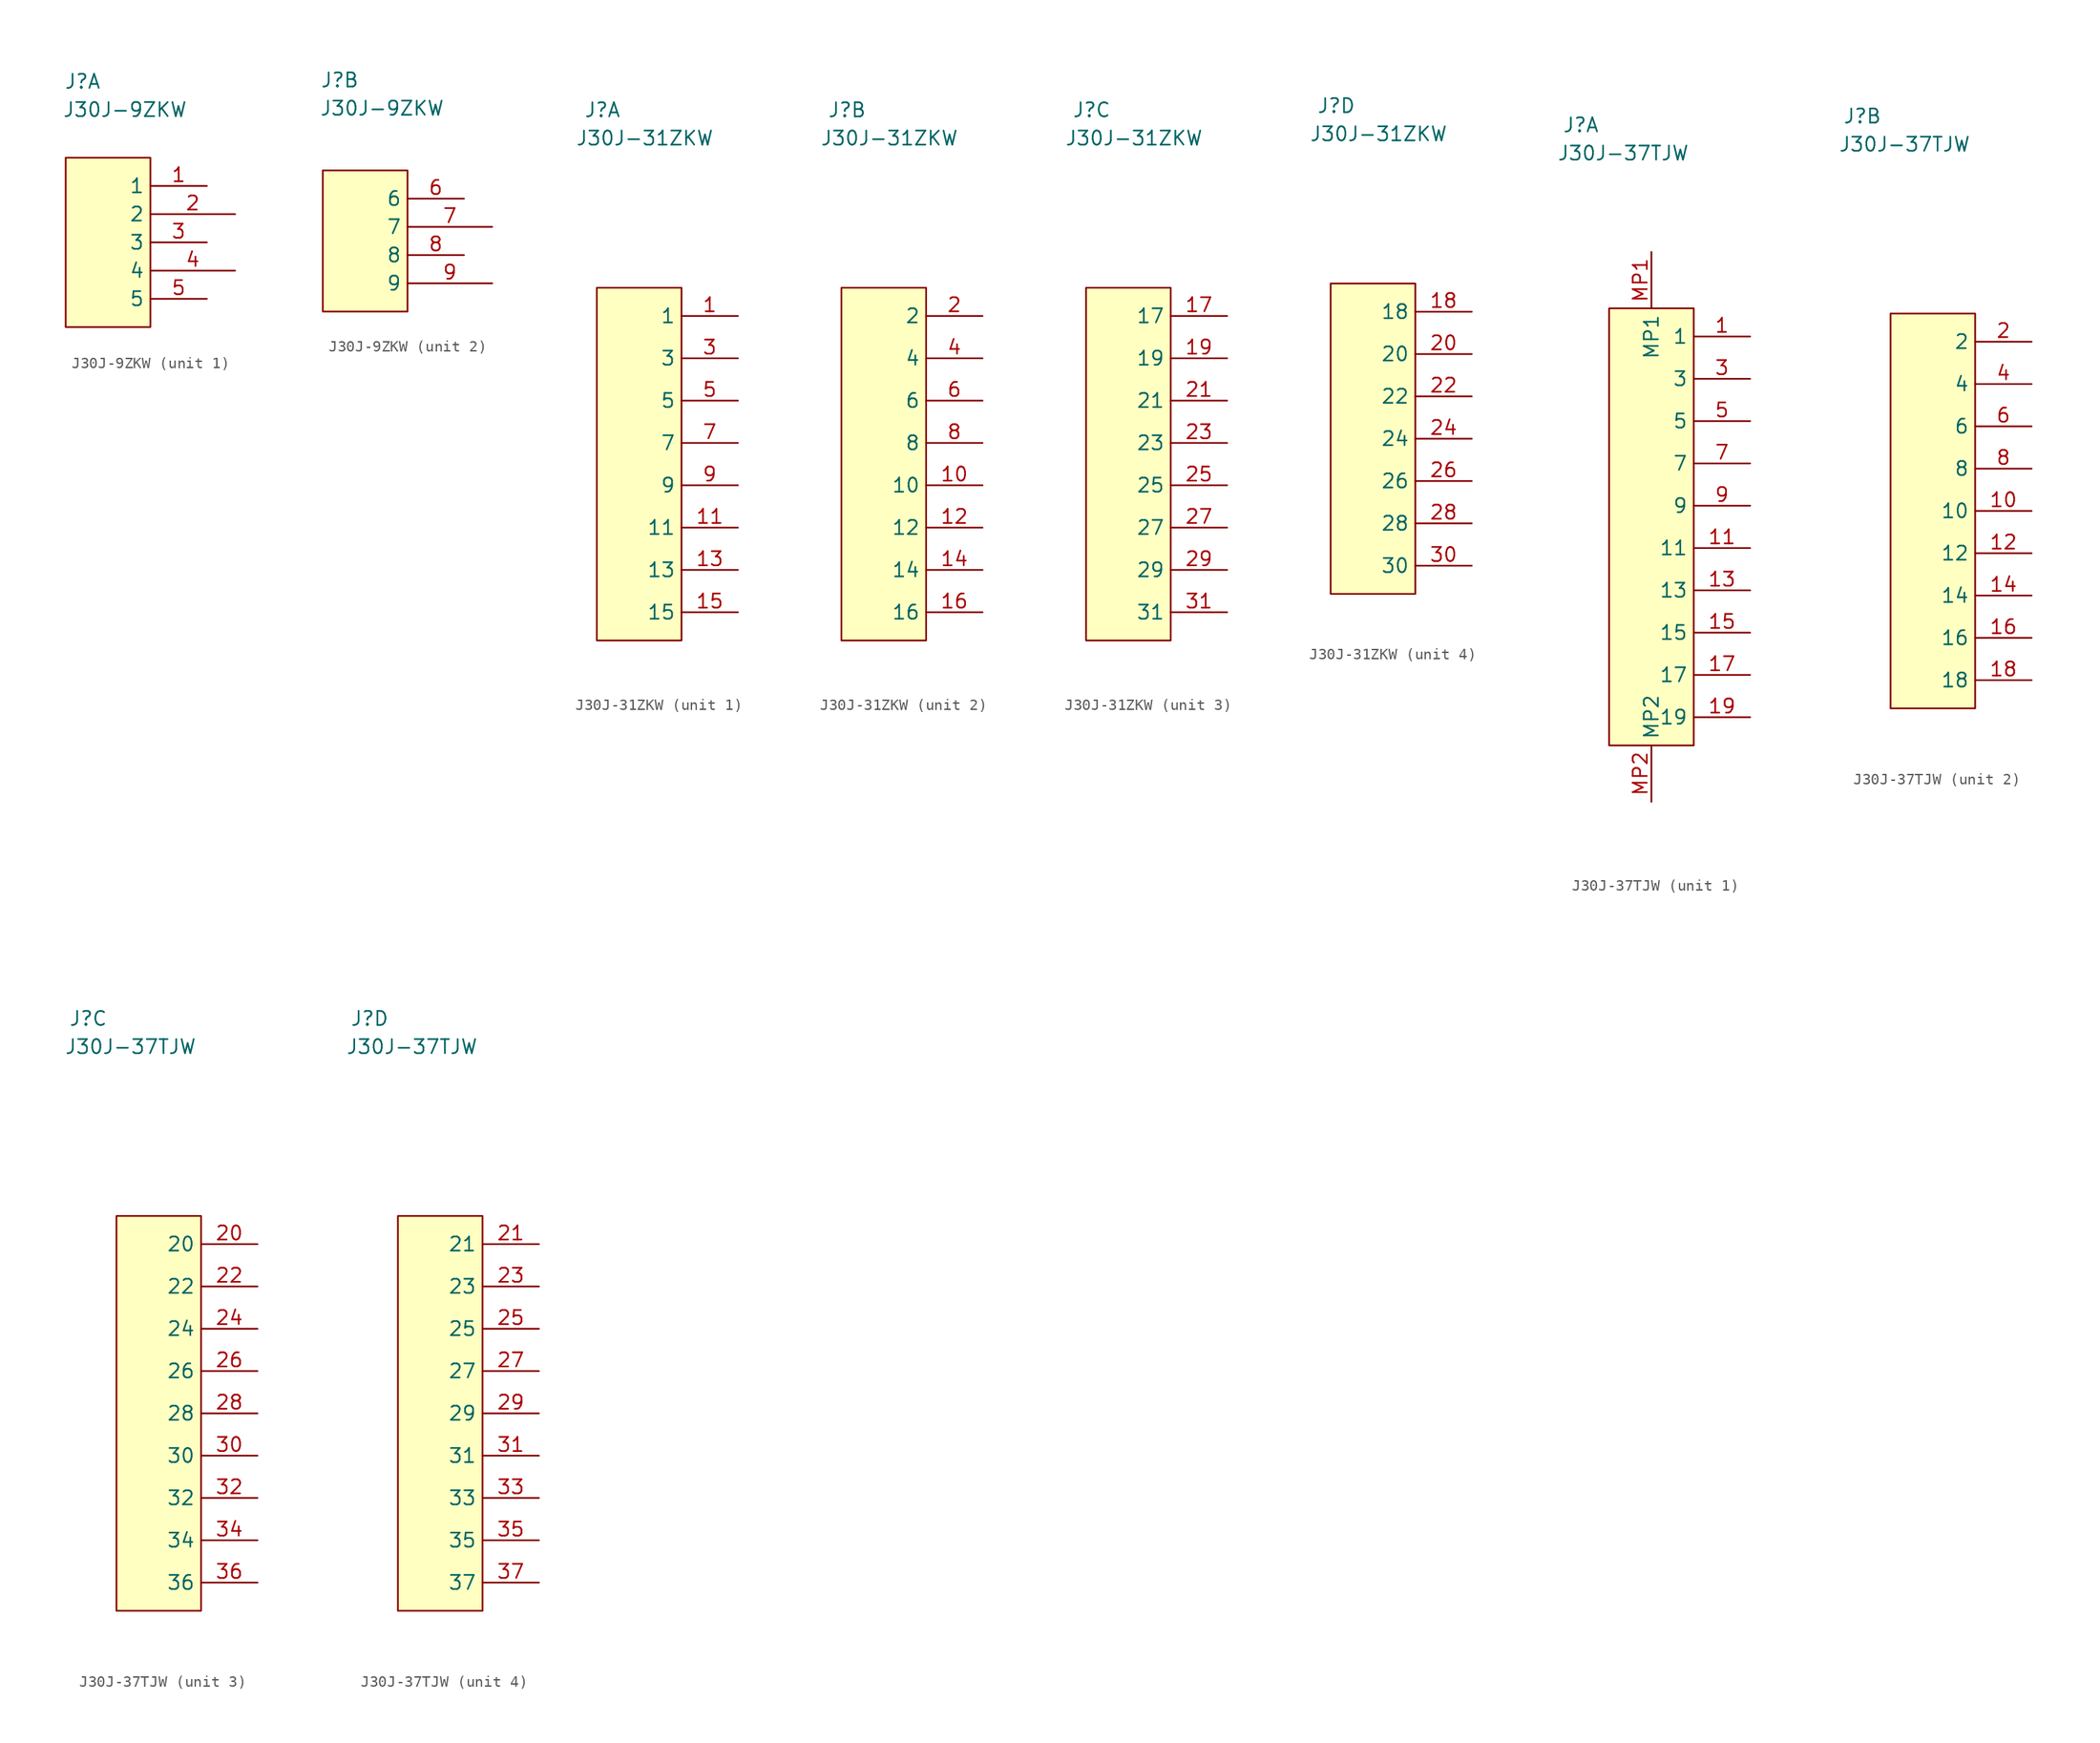
<source format=kicad_sym>
(kicad_symbol_lib
  (version 20231120)
  (generator "kicad_symbol_editor")
  (generator_version "8.0")
  (symbol "J30J-9ZKW"
    (property "Reference" "J"
      (at -2.286 14.478 0)
      (effects (font (size 1.27 1.27))))
    (property "Value" "J30J-9ZKW"
      (at 1.524 11.938 0)
      (effects (font (size 1.27 1.27))))
    (property "ki_locked" ""
      (at 0 0 0)
      (effects (font (size 1.27 1.27))))
    (symbol "J30J-9ZKW_1_0"
      (pin passive line (at 8.89 5.08 180) (length 5.08) (name "1" (effects (font (size 1.27 1.27)))) (number "1" (effects (font (size 1.27 1.27)))))
      (pin passive line (at 11.43 2.54 180) (length 7.62) (name "2" (effects (font (size 1.27 1.27)))) (number "2" (effects (font (size 1.27 1.27)))))
      (pin passive line (at 8.89 0 180) (length 5.08) (name "3" (effects (font (size 1.27 1.27)))) (number "3" (effects (font (size 1.27 1.27)))))
      (pin passive line (at 11.43 -2.54 180) (length 7.62) (name "4" (effects (font (size 1.27 1.27)))) (number "4" (effects (font (size 1.27 1.27)))))
      (pin passive line (at 8.89 -5.08 180) (length 5.08) (name "5" (effects (font (size 1.27 1.27)))) (number "5" (effects (font (size 1.27 1.27))))))
    (symbol "J30J-9ZKW_1_1"
      (rectangle (start -3.81 7.62) (end 3.81 -7.62) (stroke (width 0) (type default)) (fill (type background))))
    (symbol "J30J-9ZKW_2_0"
      (pin passive line (at 8.89 3.81 180) (length 5.08) (name "6" (effects (font (size 1.27 1.27)))) (number "6" (effects (font (size 1.27 1.27)))))
      (pin passive line (at 11.43 1.27 180) (length 7.62) (name "7" (effects (font (size 1.27 1.27)))) (number "7" (effects (font (size 1.27 1.27)))))
      (pin passive line (at 8.89 -1.27 180) (length 5.08) (name "8" (effects (font (size 1.27 1.27)))) (number "8" (effects (font (size 1.27 1.27)))))
      (pin passive line (at 11.43 -3.81 180) (length 7.62) (name "9" (effects (font (size 1.27 1.27)))) (number "9" (effects (font (size 1.27 1.27))))))
    (symbol "J30J-9ZKW_2_1"
      (rectangle (start -3.81 6.35) (end 3.81 -6.35) (stroke (width 0) (type default)) (fill (type background)))))
  (symbol "J30J-31ZKW"
    (property "Reference" "J"
      (at -3.302 31.242 0)
      (effects (font (size 1.27 1.27))))
    (property "Value" "J30J-31ZKW"
      (at 0.508 28.702 0)
      (effects (font (size 1.27 1.27))))
    (property "ki_locked" ""
      (at 0 0 0)
      (effects (font (size 1.27 1.27))))
    (symbol "J30J-31ZKW_1_0"
      (pin passive line (at 8.89 12.7 180) (length 5.08) (name "1" (effects (font (size 1.27 1.27)))) (number "1" (effects (font (size 1.27 1.27)))))
      (pin passive line (at 8.89 -6.35 180) (length 5.08) (name "11" (effects (font (size 1.27 1.27)))) (number "11" (effects (font (size 1.27 1.27)))))
      (pin passive line (at 8.89 -10.16 180) (length 5.08) (name "13" (effects (font (size 1.27 1.27)))) (number "13" (effects (font (size 1.27 1.27)))))
      (pin passive line (at 8.89 -13.97 180) (length 5.08) (name "15" (effects (font (size 1.27 1.27)))) (number "15" (effects (font (size 1.27 1.27)))))
      (pin passive line (at 8.89 8.89 180) (length 5.08) (name "3" (effects (font (size 1.27 1.27)))) (number "3" (effects (font (size 1.27 1.27)))))
      (pin passive line (at 8.89 5.08 180) (length 5.08) (name "5" (effects (font (size 1.27 1.27)))) (number "5" (effects (font (size 1.27 1.27)))))
      (pin passive line (at 8.89 1.27 180) (length 5.08) (name "7" (effects (font (size 1.27 1.27)))) (number "7" (effects (font (size 1.27 1.27)))))
      (pin passive line (at 8.89 -2.54 180) (length 5.08) (name "9" (effects (font (size 1.27 1.27)))) (number "9" (effects (font (size 1.27 1.27))))))
    (symbol "J30J-31ZKW_1_1"
      (rectangle (start -3.81 15.24) (end 3.81 -16.51) (stroke (width 0) (type default)) (fill (type background))))
    (symbol "J30J-31ZKW_2_0"
      (pin passive line (at 8.89 -2.54 180) (length 5.08) (name "10" (effects (font (size 1.27 1.27)))) (number "10" (effects (font (size 1.27 1.27)))))
      (pin passive line (at 8.89 -6.35 180) (length 5.08) (name "12" (effects (font (size 1.27 1.27)))) (number "12" (effects (font (size 1.27 1.27)))))
      (pin passive line (at 8.89 -10.16 180) (length 5.08) (name "14" (effects (font (size 1.27 1.27)))) (number "14" (effects (font (size 1.27 1.27)))))
      (pin passive line (at 8.89 -13.97 180) (length 5.08) (name "16" (effects (font (size 1.27 1.27)))) (number "16" (effects (font (size 1.27 1.27)))))
      (pin passive line (at 8.89 12.7 180) (length 5.08) (name "2" (effects (font (size 1.27 1.27)))) (number "2" (effects (font (size 1.27 1.27)))))
      (pin passive line (at 8.89 8.89 180) (length 5.08) (name "4" (effects (font (size 1.27 1.27)))) (number "4" (effects (font (size 1.27 1.27)))))
      (pin passive line (at 8.89 5.08 180) (length 5.08) (name "6" (effects (font (size 1.27 1.27)))) (number "6" (effects (font (size 1.27 1.27)))))
      (pin passive line (at 8.89 1.27 180) (length 5.08) (name "8" (effects (font (size 1.27 1.27)))) (number "8" (effects (font (size 1.27 1.27))))))
    (symbol "J30J-31ZKW_2_1"
      (rectangle (start -3.81 15.24) (end 3.81 -16.51) (stroke (width 0) (type default)) (fill (type background))))
    (symbol "J30J-31ZKW_3_0"
      (pin passive line (at 8.89 12.7 180) (length 5.08) (name "17" (effects (font (size 1.27 1.27)))) (number "17" (effects (font (size 1.27 1.27)))))
      (pin passive line (at 8.89 8.89 180) (length 5.08) (name "19" (effects (font (size 1.27 1.27)))) (number "19" (effects (font (size 1.27 1.27)))))
      (pin passive line (at 8.89 5.08 180) (length 5.08) (name "21" (effects (font (size 1.27 1.27)))) (number "21" (effects (font (size 1.27 1.27)))))
      (pin passive line (at 8.89 1.27 180) (length 5.08) (name "23" (effects (font (size 1.27 1.27)))) (number "23" (effects (font (size 1.27 1.27)))))
      (pin passive line (at 8.89 -2.54 180) (length 5.08) (name "25" (effects (font (size 1.27 1.27)))) (number "25" (effects (font (size 1.27 1.27)))))
      (pin passive line (at 8.89 -6.35 180) (length 5.08) (name "27" (effects (font (size 1.27 1.27)))) (number "27" (effects (font (size 1.27 1.27)))))
      (pin passive line (at 8.89 -10.16 180) (length 5.08) (name "29" (effects (font (size 1.27 1.27)))) (number "29" (effects (font (size 1.27 1.27)))))
      (pin passive line (at 8.89 -13.97 180) (length 5.08) (name "31" (effects (font (size 1.27 1.27)))) (number "31" (effects (font (size 1.27 1.27))))))
    (symbol "J30J-31ZKW_3_1"
      (rectangle (start -3.81 15.24) (end 3.81 -16.51) (stroke (width 0) (type default)) (fill (type background))))
    (symbol "J30J-31ZKW_4_0"
      (pin passive line (at 8.89 12.7 180) (length 5.08) (name "18" (effects (font (size 1.27 1.27)))) (number "18" (effects (font (size 1.27 1.27)))))
      (pin passive line (at 8.89 8.89 180) (length 5.08) (name "20" (effects (font (size 1.27 1.27)))) (number "20" (effects (font (size 1.27 1.27)))))
      (pin passive line (at 8.89 5.08 180) (length 5.08) (name "22" (effects (font (size 1.27 1.27)))) (number "22" (effects (font (size 1.27 1.27)))))
      (pin passive line (at 8.89 1.27 180) (length 5.08) (name "24" (effects (font (size 1.27 1.27)))) (number "24" (effects (font (size 1.27 1.27)))))
      (pin passive line (at 8.89 -2.54 180) (length 5.08) (name "26" (effects (font (size 1.27 1.27)))) (number "26" (effects (font (size 1.27 1.27)))))
      (pin passive line (at 8.89 -6.35 180) (length 5.08) (name "28" (effects (font (size 1.27 1.27)))) (number "28" (effects (font (size 1.27 1.27)))))
      (pin passive line (at 8.89 -10.16 180) (length 5.08) (name "30" (effects (font (size 1.27 1.27)))) (number "30" (effects (font (size 1.27 1.27))))))
    (symbol "J30J-31ZKW_4_1"
      (rectangle (start -3.81 15.24) (end 3.81 -12.7) (stroke (width 0) (type default)) (fill (type background)))))
  (symbol "J30J-37TJW"
    (property "Reference" "J"
      (at -6.35 35.56 0)
      (effects (font (size 1.27 1.27))))
    (property "Value" "J30J-37TJW"
      (at -2.54 33.02 0)
      (effects (font (size 1.27 1.27))))
    (property "ki_locked" ""
      (at 0 0 0)
      (effects (font (size 1.27 1.27))))
    (symbol "J30J-37TJW_1_0"
      (pin passive line (at 8.89 16.51 180) (length 5.08) (name "1" (effects (font (size 1.27 1.27)))) (number "1" (effects (font (size 1.27 1.27)))))
      (pin passive line (at 8.89 -2.54 180) (length 5.08) (name "11" (effects (font (size 1.27 1.27)))) (number "11" (effects (font (size 1.27 1.27)))))
      (pin passive line (at 8.89 -6.35 180) (length 5.08) (name "13" (effects (font (size 1.27 1.27)))) (number "13" (effects (font (size 1.27 1.27)))))
      (pin passive line (at 8.89 -10.16 180) (length 5.08) (name "15" (effects (font (size 1.27 1.27)))) (number "15" (effects (font (size 1.27 1.27)))))
      (pin passive line (at 8.89 -13.97 180) (length 5.08) (name "17" (effects (font (size 1.27 1.27)))) (number "17" (effects (font (size 1.27 1.27)))))
      (pin passive line (at 8.89 -17.78 180) (length 5.08) (name "19" (effects (font (size 1.27 1.27)))) (number "19" (effects (font (size 1.27 1.27)))))
      (pin passive line (at 8.89 12.7 180) (length 5.08) (name "3" (effects (font (size 1.27 1.27)))) (number "3" (effects (font (size 1.27 1.27)))))
      (pin passive line (at 8.89 8.89 180) (length 5.08) (name "5" (effects (font (size 1.27 1.27)))) (number "5" (effects (font (size 1.27 1.27)))))
      (pin passive line (at 8.89 5.08 180) (length 5.08) (name "7" (effects (font (size 1.27 1.27)))) (number "7" (effects (font (size 1.27 1.27)))))
      (pin passive line (at 8.89 1.27 180) (length 5.08) (name "9" (effects (font (size 1.27 1.27)))) (number "9" (effects (font (size 1.27 1.27)))))
      (pin passive line (at 0 24.13 270) (length 5.08) (name "MP1" (effects (font (size 1.27 1.27)))) (number "MP1" (effects (font (size 1.27 1.27)))))
      (pin passive line (at 0 -25.4 90) (length 5.08) (name "MP2" (effects (font (size 1.27 1.27)))) (number "MP2" (effects (font (size 1.27 1.27))))))
    (symbol "J30J-37TJW_1_1"
      (rectangle (start -3.81 19.05) (end 3.81 -20.32) (stroke (width 0) (type default)) (fill (type background))))
    (symbol "J30J-37TJW_2_0"
      (pin passive line (at 8.89 0 180) (length 5.08) (name "10" (effects (font (size 1.27 1.27)))) (number "10" (effects (font (size 1.27 1.27)))))
      (pin passive line (at 8.89 -3.81 180) (length 5.08) (name "12" (effects (font (size 1.27 1.27)))) (number "12" (effects (font (size 1.27 1.27)))))
      (pin passive line (at 8.89 -7.62 180) (length 5.08) (name "14" (effects (font (size 1.27 1.27)))) (number "14" (effects (font (size 1.27 1.27)))))
      (pin passive line (at 8.89 -11.43 180) (length 5.08) (name "16" (effects (font (size 1.27 1.27)))) (number "16" (effects (font (size 1.27 1.27)))))
      (pin passive line (at 8.89 -15.24 180) (length 5.08) (name "18" (effects (font (size 1.27 1.27)))) (number "18" (effects (font (size 1.27 1.27)))))
      (pin passive line (at 8.89 15.24 180) (length 5.08) (name "2" (effects (font (size 1.27 1.27)))) (number "2" (effects (font (size 1.27 1.27)))))
      (pin passive line (at 8.89 11.43 180) (length 5.08) (name "4" (effects (font (size 1.27 1.27)))) (number "4" (effects (font (size 1.27 1.27)))))
      (pin passive line (at 8.89 7.62 180) (length 5.08) (name "6" (effects (font (size 1.27 1.27)))) (number "6" (effects (font (size 1.27 1.27)))))
      (pin passive line (at 8.89 3.81 180) (length 5.08) (name "8" (effects (font (size 1.27 1.27)))) (number "8" (effects (font (size 1.27 1.27))))))
    (symbol "J30J-37TJW_2_1"
      (rectangle (start -3.81 17.78) (end 3.81 -17.78) (stroke (width 0) (type default)) (fill (type background))))
    (symbol "J30J-37TJW_3_0"
      (pin passive line (at 8.89 15.24 180) (length 5.08) (name "20" (effects (font (size 1.27 1.27)))) (number "20" (effects (font (size 1.27 1.27)))))
      (pin passive line (at 8.89 11.43 180) (length 5.08) (name "22" (effects (font (size 1.27 1.27)))) (number "22" (effects (font (size 1.27 1.27)))))
      (pin passive line (at 8.89 7.62 180) (length 5.08) (name "24" (effects (font (size 1.27 1.27)))) (number "24" (effects (font (size 1.27 1.27)))))
      (pin passive line (at 8.89 3.81 180) (length 5.08) (name "26" (effects (font (size 1.27 1.27)))) (number "26" (effects (font (size 1.27 1.27)))))
      (pin passive line (at 8.89 0 180) (length 5.08) (name "28" (effects (font (size 1.27 1.27)))) (number "28" (effects (font (size 1.27 1.27)))))
      (pin passive line (at 8.89 -3.81 180) (length 5.08) (name "30" (effects (font (size 1.27 1.27)))) (number "30" (effects (font (size 1.27 1.27)))))
      (pin passive line (at 8.89 -7.62 180) (length 5.08) (name "32" (effects (font (size 1.27 1.27)))) (number "32" (effects (font (size 1.27 1.27)))))
      (pin passive line (at 8.89 -11.43 180) (length 5.08) (name "34" (effects (font (size 1.27 1.27)))) (number "34" (effects (font (size 1.27 1.27)))))
      (pin passive line (at 8.89 -15.24 180) (length 5.08) (name "36" (effects (font (size 1.27 1.27)))) (number "36" (effects (font (size 1.27 1.27))))))
    (symbol "J30J-37TJW_3_1"
      (rectangle (start -3.81 17.78) (end 3.81 -17.78) (stroke (width 0) (type default)) (fill (type background))))
    (symbol "J30J-37TJW_4_0"
      (pin passive line (at 8.89 15.24 180) (length 5.08) (name "21" (effects (font (size 1.27 1.27)))) (number "21" (effects (font (size 1.27 1.27)))))
      (pin passive line (at 8.89 11.43 180) (length 5.08) (name "23" (effects (font (size 1.27 1.27)))) (number "23" (effects (font (size 1.27 1.27)))))
      (pin passive line (at 8.89 7.62 180) (length 5.08) (name "25" (effects (font (size 1.27 1.27)))) (number "25" (effects (font (size 1.27 1.27)))))
      (pin passive line (at 8.89 3.81 180) (length 5.08) (name "27" (effects (font (size 1.27 1.27)))) (number "27" (effects (font (size 1.27 1.27)))))
      (pin passive line (at 8.89 0 180) (length 5.08) (name "29" (effects (font (size 1.27 1.27)))) (number "29" (effects (font (size 1.27 1.27)))))
      (pin passive line (at 8.89 -3.81 180) (length 5.08) (name "31" (effects (font (size 1.27 1.27)))) (number "31" (effects (font (size 1.27 1.27)))))
      (pin passive line (at 8.89 -7.62 180) (length 5.08) (name "33" (effects (font (size 1.27 1.27)))) (number "33" (effects (font (size 1.27 1.27)))))
      (pin passive line (at 8.89 -11.43 180) (length 5.08) (name "35" (effects (font (size 1.27 1.27)))) (number "35" (effects (font (size 1.27 1.27)))))
      (pin passive line (at 8.89 -15.24 180) (length 5.08) (name "37" (effects (font (size 1.27 1.27)))) (number "37" (effects (font (size 1.27 1.27))))))
    (symbol "J30J-37TJW_4_1"
      (rectangle (start -3.81 17.78) (end 3.81 -17.78) (stroke (width 0) (type default)) (fill (type background))))))
</source>
